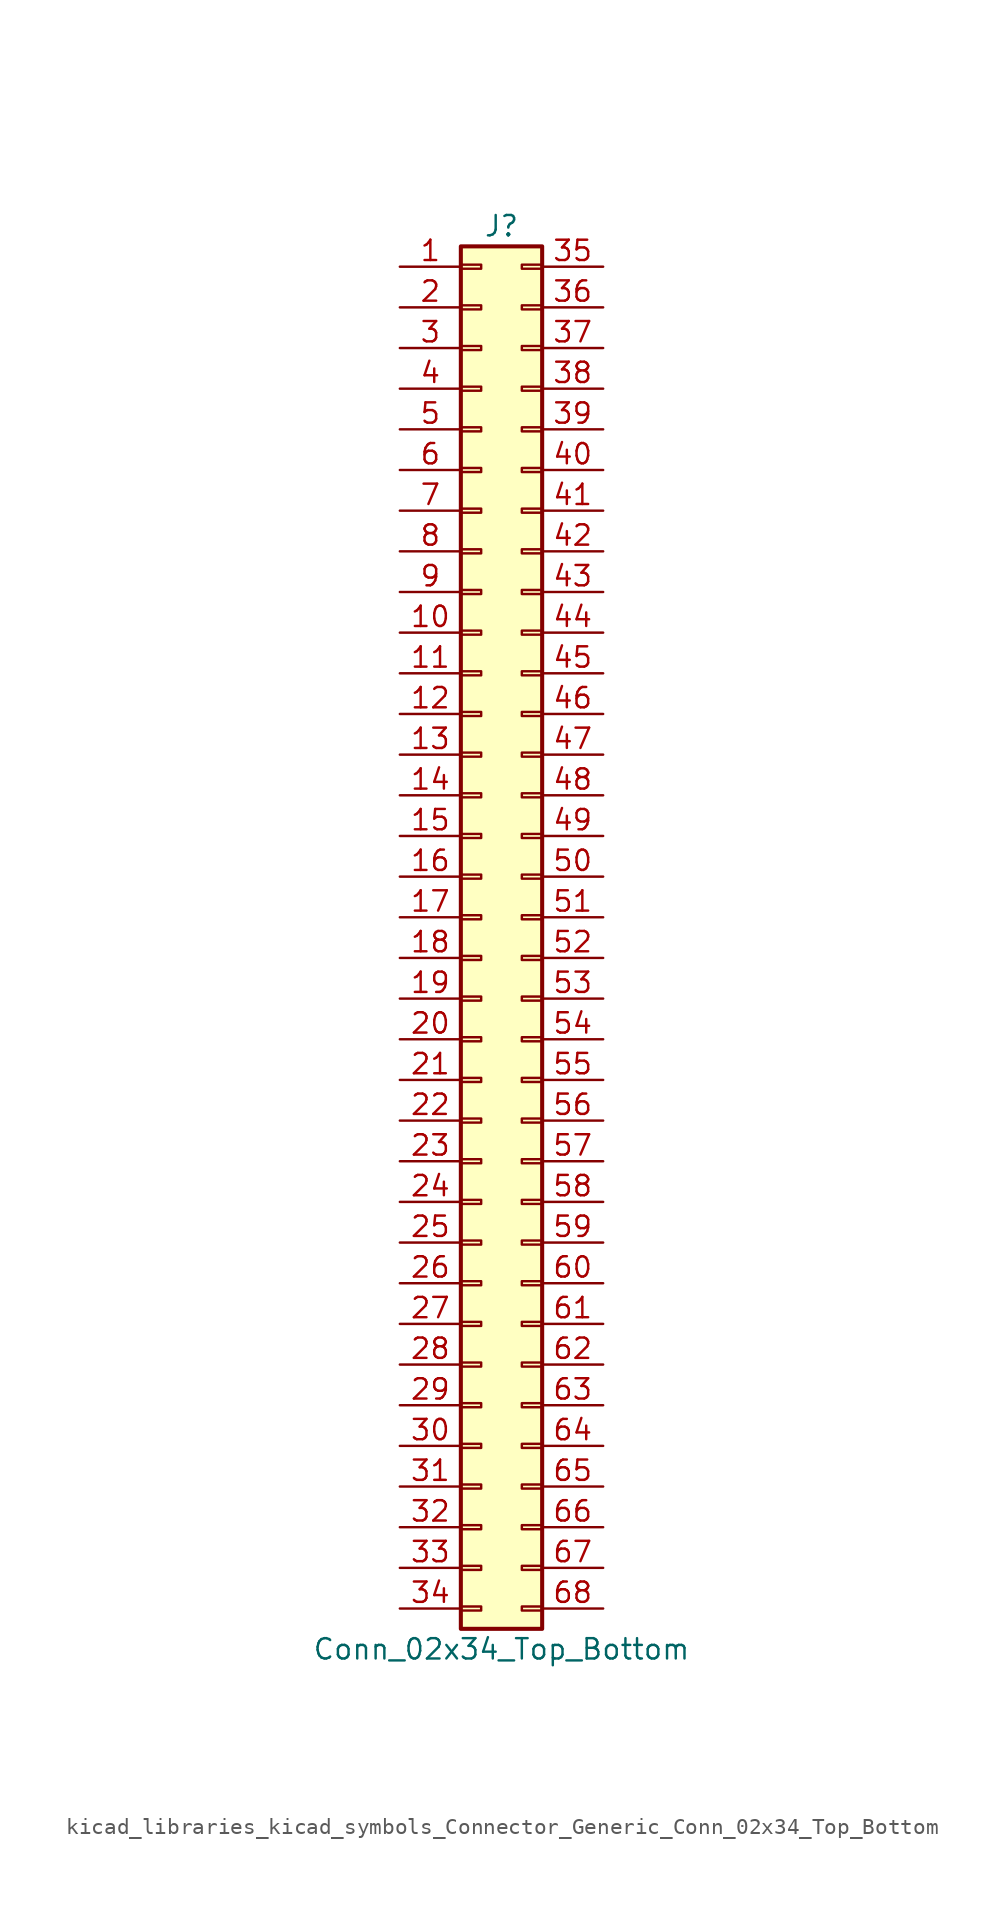
<source format=kicad_sym>
(kicad_symbol_lib
  (version 20220914)
  (generator kicad_symbol_editor)
  (symbol "kicad_libraries_kicad_symbols_Connector_Generic_Conn_02x34_Top_Bottom"
    (pin_names
      (offset 1.016) hide)
    (property "Reference" "J"
      (at 1.27 43.18 0)
      (effects (font (size 1.27 1.27))))
    (property "Value" "Conn_02x34_Top_Bottom"
      (at 1.27 -45.72 0)
      (effects (font (size 1.27 1.27))))
    (symbol "kicad_libraries_kicad_symbols_Connector_Generic_Conn_02x34_Top_Bottom_1_1"
      (rectangle (start -1.27 -43.053) (end 0 -43.307) (stroke (width 0.152) (type default)) (fill (type none)))
      (rectangle (start -1.27 -40.513) (end 0 -40.767) (stroke (width 0.152) (type default)) (fill (type none)))
      (rectangle (start -1.27 -37.973) (end 0 -38.227) (stroke (width 0.152) (type default)) (fill (type none)))
      (rectangle (start -1.27 -35.433) (end 0 -35.687) (stroke (width 0.152) (type default)) (fill (type none)))
      (rectangle (start -1.27 -32.893) (end 0 -33.147) (stroke (width 0.152) (type default)) (fill (type none)))
      (rectangle (start -1.27 -30.353) (end 0 -30.607) (stroke (width 0.152) (type default)) (fill (type none)))
      (rectangle (start -1.27 -27.813) (end 0 -28.067) (stroke (width 0.152) (type default)) (fill (type none)))
      (rectangle (start -1.27 -25.273) (end 0 -25.527) (stroke (width 0.152) (type default)) (fill (type none)))
      (rectangle (start -1.27 -22.733) (end 0 -22.987) (stroke (width 0.152) (type default)) (fill (type none)))
      (rectangle (start -1.27 -20.193) (end 0 -20.447) (stroke (width 0.152) (type default)) (fill (type none)))
      (rectangle (start -1.27 -17.653) (end 0 -17.907) (stroke (width 0.152) (type default)) (fill (type none)))
      (rectangle (start -1.27 -15.113) (end 0 -15.367) (stroke (width 0.152) (type default)) (fill (type none)))
      (rectangle (start -1.27 -12.573) (end 0 -12.827) (stroke (width 0.152) (type default)) (fill (type none)))
      (rectangle (start -1.27 -10.033) (end 0 -10.287) (stroke (width 0.152) (type default)) (fill (type none)))
      (rectangle (start -1.27 -7.493) (end 0 -7.747) (stroke (width 0.152) (type default)) (fill (type none)))
      (rectangle (start -1.27 -4.953) (end 0 -5.207) (stroke (width 0.152) (type default)) (fill (type none)))
      (rectangle (start -1.27 -2.413) (end 0 -2.667) (stroke (width 0.152) (type default)) (fill (type none)))
      (rectangle (start -1.27 0.127) (end 0 -0.127) (stroke (width 0.152) (type default)) (fill (type none)))
      (rectangle (start -1.27 2.667) (end 0 2.413) (stroke (width 0.152) (type default)) (fill (type none)))
      (rectangle (start -1.27 5.207) (end 0 4.953) (stroke (width 0.152) (type default)) (fill (type none)))
      (rectangle (start -1.27 7.747) (end 0 7.493) (stroke (width 0.152) (type default)) (fill (type none)))
      (rectangle (start -1.27 10.287) (end 0 10.033) (stroke (width 0.152) (type default)) (fill (type none)))
      (rectangle (start -1.27 12.827) (end 0 12.573) (stroke (width 0.152) (type default)) (fill (type none)))
      (rectangle (start -1.27 15.367) (end 0 15.113) (stroke (width 0.152) (type default)) (fill (type none)))
      (rectangle (start -1.27 17.907) (end 0 17.653) (stroke (width 0.152) (type default)) (fill (type none)))
      (rectangle (start -1.27 20.447) (end 0 20.193) (stroke (width 0.152) (type default)) (fill (type none)))
      (rectangle (start -1.27 22.987) (end 0 22.733) (stroke (width 0.152) (type default)) (fill (type none)))
      (rectangle (start -1.27 25.527) (end 0 25.273) (stroke (width 0.152) (type default)) (fill (type none)))
      (rectangle (start -1.27 28.067) (end 0 27.813) (stroke (width 0.152) (type default)) (fill (type none)))
      (rectangle (start -1.27 30.607) (end 0 30.353) (stroke (width 0.152) (type default)) (fill (type none)))
      (rectangle (start -1.27 33.147) (end 0 32.893) (stroke (width 0.152) (type default)) (fill (type none)))
      (rectangle (start -1.27 35.687) (end 0 35.433) (stroke (width 0.152) (type default)) (fill (type none)))
      (rectangle (start -1.27 38.227) (end 0 37.973) (stroke (width 0.152) (type default)) (fill (type none)))
      (rectangle (start -1.27 40.767) (end 0 40.513) (stroke (width 0.152) (type default)) (fill (type none)))
      (rectangle (start -1.27 41.91) (end 3.81 -44.45) (stroke (width 0.254) (type default)) (fill (type background)))
      (rectangle (start 3.81 -43.053) (end 2.54 -43.307) (stroke (width 0.152) (type default)) (fill (type none)))
      (rectangle (start 3.81 -40.513) (end 2.54 -40.767) (stroke (width 0.152) (type default)) (fill (type none)))
      (rectangle (start 3.81 -37.973) (end 2.54 -38.227) (stroke (width 0.152) (type default)) (fill (type none)))
      (rectangle (start 3.81 -35.433) (end 2.54 -35.687) (stroke (width 0.152) (type default)) (fill (type none)))
      (rectangle (start 3.81 -32.893) (end 2.54 -33.147) (stroke (width 0.152) (type default)) (fill (type none)))
      (rectangle (start 3.81 -30.353) (end 2.54 -30.607) (stroke (width 0.152) (type default)) (fill (type none)))
      (rectangle (start 3.81 -27.813) (end 2.54 -28.067) (stroke (width 0.152) (type default)) (fill (type none)))
      (rectangle (start 3.81 -25.273) (end 2.54 -25.527) (stroke (width 0.152) (type default)) (fill (type none)))
      (rectangle (start 3.81 -22.733) (end 2.54 -22.987) (stroke (width 0.152) (type default)) (fill (type none)))
      (rectangle (start 3.81 -20.193) (end 2.54 -20.447) (stroke (width 0.152) (type default)) (fill (type none)))
      (rectangle (start 3.81 -17.653) (end 2.54 -17.907) (stroke (width 0.152) (type default)) (fill (type none)))
      (rectangle (start 3.81 -15.113) (end 2.54 -15.367) (stroke (width 0.152) (type default)) (fill (type none)))
      (rectangle (start 3.81 -12.573) (end 2.54 -12.827) (stroke (width 0.152) (type default)) (fill (type none)))
      (rectangle (start 3.81 -10.033) (end 2.54 -10.287) (stroke (width 0.152) (type default)) (fill (type none)))
      (rectangle (start 3.81 -7.493) (end 2.54 -7.747) (stroke (width 0.152) (type default)) (fill (type none)))
      (rectangle (start 3.81 -4.953) (end 2.54 -5.207) (stroke (width 0.152) (type default)) (fill (type none)))
      (rectangle (start 3.81 -2.413) (end 2.54 -2.667) (stroke (width 0.152) (type default)) (fill (type none)))
      (rectangle (start 3.81 0.127) (end 2.54 -0.127) (stroke (width 0.152) (type default)) (fill (type none)))
      (rectangle (start 3.81 2.667) (end 2.54 2.413) (stroke (width 0.152) (type default)) (fill (type none)))
      (rectangle (start 3.81 5.207) (end 2.54 4.953) (stroke (width 0.152) (type default)) (fill (type none)))
      (rectangle (start 3.81 7.747) (end 2.54 7.493) (stroke (width 0.152) (type default)) (fill (type none)))
      (rectangle (start 3.81 10.287) (end 2.54 10.033) (stroke (width 0.152) (type default)) (fill (type none)))
      (rectangle (start 3.81 12.827) (end 2.54 12.573) (stroke (width 0.152) (type default)) (fill (type none)))
      (rectangle (start 3.81 15.367) (end 2.54 15.113) (stroke (width 0.152) (type default)) (fill (type none)))
      (rectangle (start 3.81 17.907) (end 2.54 17.653) (stroke (width 0.152) (type default)) (fill (type none)))
      (rectangle (start 3.81 20.447) (end 2.54 20.193) (stroke (width 0.152) (type default)) (fill (type none)))
      (rectangle (start 3.81 22.987) (end 2.54 22.733) (stroke (width 0.152) (type default)) (fill (type none)))
      (rectangle (start 3.81 25.527) (end 2.54 25.273) (stroke (width 0.152) (type default)) (fill (type none)))
      (rectangle (start 3.81 28.067) (end 2.54 27.813) (stroke (width 0.152) (type default)) (fill (type none)))
      (rectangle (start 3.81 30.607) (end 2.54 30.353) (stroke (width 0.152) (type default)) (fill (type none)))
      (rectangle (start 3.81 33.147) (end 2.54 32.893) (stroke (width 0.152) (type default)) (fill (type none)))
      (rectangle (start 3.81 35.687) (end 2.54 35.433) (stroke (width 0.152) (type default)) (fill (type none)))
      (rectangle (start 3.81 38.227) (end 2.54 37.973) (stroke (width 0.152) (type default)) (fill (type none)))
      (rectangle (start 3.81 40.767) (end 2.54 40.513) (stroke (width 0.152) (type default)) (fill (type none)))
      (pin passive line (at -5.08 40.64 0) (length 3.81) (name "Pin_1" (effects (font (size 1.27 1.27)))) (number "1" (effects (font (size 1.27 1.27)))))
      (pin passive line (at -5.08 17.78 0) (length 3.81) (name "Pin_10" (effects (font (size 1.27 1.27)))) (number "10" (effects (font (size 1.27 1.27)))))
      (pin passive line (at -5.08 15.24 0) (length 3.81) (name "Pin_11" (effects (font (size 1.27 1.27)))) (number "11" (effects (font (size 1.27 1.27)))))
      (pin passive line (at -5.08 12.7 0) (length 3.81) (name "Pin_12" (effects (font (size 1.27 1.27)))) (number "12" (effects (font (size 1.27 1.27)))))
      (pin passive line (at -5.08 10.16 0) (length 3.81) (name "Pin_13" (effects (font (size 1.27 1.27)))) (number "13" (effects (font (size 1.27 1.27)))))
      (pin passive line (at -5.08 7.62 0) (length 3.81) (name "Pin_14" (effects (font (size 1.27 1.27)))) (number "14" (effects (font (size 1.27 1.27)))))
      (pin passive line (at -5.08 5.08 0) (length 3.81) (name "Pin_15" (effects (font (size 1.27 1.27)))) (number "15" (effects (font (size 1.27 1.27)))))
      (pin passive line (at -5.08 2.54 0) (length 3.81) (name "Pin_16" (effects (font (size 1.27 1.27)))) (number "16" (effects (font (size 1.27 1.27)))))
      (pin passive line (at -5.08 0 0) (length 3.81) (name "Pin_17" (effects (font (size 1.27 1.27)))) (number "17" (effects (font (size 1.27 1.27)))))
      (pin passive line (at -5.08 -2.54 0) (length 3.81) (name "Pin_18" (effects (font (size 1.27 1.27)))) (number "18" (effects (font (size 1.27 1.27)))))
      (pin passive line (at -5.08 -5.08 0) (length 3.81) (name "Pin_19" (effects (font (size 1.27 1.27)))) (number "19" (effects (font (size 1.27 1.27)))))
      (pin passive line (at -5.08 38.1 0) (length 3.81) (name "Pin_2" (effects (font (size 1.27 1.27)))) (number "2" (effects (font (size 1.27 1.27)))))
      (pin passive line (at -5.08 -7.62 0) (length 3.81) (name "Pin_20" (effects (font (size 1.27 1.27)))) (number "20" (effects (font (size 1.27 1.27)))))
      (pin passive line (at -5.08 -10.16 0) (length 3.81) (name "Pin_21" (effects (font (size 1.27 1.27)))) (number "21" (effects (font (size 1.27 1.27)))))
      (pin passive line (at -5.08 -12.7 0) (length 3.81) (name "Pin_22" (effects (font (size 1.27 1.27)))) (number "22" (effects (font (size 1.27 1.27)))))
      (pin passive line (at -5.08 -15.24 0) (length 3.81) (name "Pin_23" (effects (font (size 1.27 1.27)))) (number "23" (effects (font (size 1.27 1.27)))))
      (pin passive line (at -5.08 -17.78 0) (length 3.81) (name "Pin_24" (effects (font (size 1.27 1.27)))) (number "24" (effects (font (size 1.27 1.27)))))
      (pin passive line (at -5.08 -20.32 0) (length 3.81) (name "Pin_25" (effects (font (size 1.27 1.27)))) (number "25" (effects (font (size 1.27 1.27)))))
      (pin passive line (at -5.08 -22.86 0) (length 3.81) (name "Pin_26" (effects (font (size 1.27 1.27)))) (number "26" (effects (font (size 1.27 1.27)))))
      (pin passive line (at -5.08 -25.4 0) (length 3.81) (name "Pin_27" (effects (font (size 1.27 1.27)))) (number "27" (effects (font (size 1.27 1.27)))))
      (pin passive line (at -5.08 -27.94 0) (length 3.81) (name "Pin_28" (effects (font (size 1.27 1.27)))) (number "28" (effects (font (size 1.27 1.27)))))
      (pin passive line (at -5.08 -30.48 0) (length 3.81) (name "Pin_29" (effects (font (size 1.27 1.27)))) (number "29" (effects (font (size 1.27 1.27)))))
      (pin passive line (at -5.08 35.56 0) (length 3.81) (name "Pin_3" (effects (font (size 1.27 1.27)))) (number "3" (effects (font (size 1.27 1.27)))))
      (pin passive line (at -5.08 -33.02 0) (length 3.81) (name "Pin_30" (effects (font (size 1.27 1.27)))) (number "30" (effects (font (size 1.27 1.27)))))
      (pin passive line (at -5.08 -35.56 0) (length 3.81) (name "Pin_31" (effects (font (size 1.27 1.27)))) (number "31" (effects (font (size 1.27 1.27)))))
      (pin passive line (at -5.08 -38.1 0) (length 3.81) (name "Pin_32" (effects (font (size 1.27 1.27)))) (number "32" (effects (font (size 1.27 1.27)))))
      (pin passive line (at -5.08 -40.64 0) (length 3.81) (name "Pin_33" (effects (font (size 1.27 1.27)))) (number "33" (effects (font (size 1.27 1.27)))))
      (pin passive line (at -5.08 -43.18 0) (length 3.81) (name "Pin_34" (effects (font (size 1.27 1.27)))) (number "34" (effects (font (size 1.27 1.27)))))
      (pin passive line (at 7.62 40.64 180) (length 3.81) (name "Pin_35" (effects (font (size 1.27 1.27)))) (number "35" (effects (font (size 1.27 1.27)))))
      (pin passive line (at 7.62 38.1 180) (length 3.81) (name "Pin_36" (effects (font (size 1.27 1.27)))) (number "36" (effects (font (size 1.27 1.27)))))
      (pin passive line (at 7.62 35.56 180) (length 3.81) (name "Pin_37" (effects (font (size 1.27 1.27)))) (number "37" (effects (font (size 1.27 1.27)))))
      (pin passive line (at 7.62 33.02 180) (length 3.81) (name "Pin_38" (effects (font (size 1.27 1.27)))) (number "38" (effects (font (size 1.27 1.27)))))
      (pin passive line (at 7.62 30.48 180) (length 3.81) (name "Pin_39" (effects (font (size 1.27 1.27)))) (number "39" (effects (font (size 1.27 1.27)))))
      (pin passive line (at -5.08 33.02 0) (length 3.81) (name "Pin_4" (effects (font (size 1.27 1.27)))) (number "4" (effects (font (size 1.27 1.27)))))
      (pin passive line (at 7.62 27.94 180) (length 3.81) (name "Pin_40" (effects (font (size 1.27 1.27)))) (number "40" (effects (font (size 1.27 1.27)))))
      (pin passive line (at 7.62 25.4 180) (length 3.81) (name "Pin_41" (effects (font (size 1.27 1.27)))) (number "41" (effects (font (size 1.27 1.27)))))
      (pin passive line (at 7.62 22.86 180) (length 3.81) (name "Pin_42" (effects (font (size 1.27 1.27)))) (number "42" (effects (font (size 1.27 1.27)))))
      (pin passive line (at 7.62 20.32 180) (length 3.81) (name "Pin_43" (effects (font (size 1.27 1.27)))) (number "43" (effects (font (size 1.27 1.27)))))
      (pin passive line (at 7.62 17.78 180) (length 3.81) (name "Pin_44" (effects (font (size 1.27 1.27)))) (number "44" (effects (font (size 1.27 1.27)))))
      (pin passive line (at 7.62 15.24 180) (length 3.81) (name "Pin_45" (effects (font (size 1.27 1.27)))) (number "45" (effects (font (size 1.27 1.27)))))
      (pin passive line (at 7.62 12.7 180) (length 3.81) (name "Pin_46" (effects (font (size 1.27 1.27)))) (number "46" (effects (font (size 1.27 1.27)))))
      (pin passive line (at 7.62 10.16 180) (length 3.81) (name "Pin_47" (effects (font (size 1.27 1.27)))) (number "47" (effects (font (size 1.27 1.27)))))
      (pin passive line (at 7.62 7.62 180) (length 3.81) (name "Pin_48" (effects (font (size 1.27 1.27)))) (number "48" (effects (font (size 1.27 1.27)))))
      (pin passive line (at 7.62 5.08 180) (length 3.81) (name "Pin_49" (effects (font (size 1.27 1.27)))) (number "49" (effects (font (size 1.27 1.27)))))
      (pin passive line (at -5.08 30.48 0) (length 3.81) (name "Pin_5" (effects (font (size 1.27 1.27)))) (number "5" (effects (font (size 1.27 1.27)))))
      (pin passive line (at 7.62 2.54 180) (length 3.81) (name "Pin_50" (effects (font (size 1.27 1.27)))) (number "50" (effects (font (size 1.27 1.27)))))
      (pin passive line (at 7.62 0 180) (length 3.81) (name "Pin_51" (effects (font (size 1.27 1.27)))) (number "51" (effects (font (size 1.27 1.27)))))
      (pin passive line (at 7.62 -2.54 180) (length 3.81) (name "Pin_52" (effects (font (size 1.27 1.27)))) (number "52" (effects (font (size 1.27 1.27)))))
      (pin passive line (at 7.62 -5.08 180) (length 3.81) (name "Pin_53" (effects (font (size 1.27 1.27)))) (number "53" (effects (font (size 1.27 1.27)))))
      (pin passive line (at 7.62 -7.62 180) (length 3.81) (name "Pin_54" (effects (font (size 1.27 1.27)))) (number "54" (effects (font (size 1.27 1.27)))))
      (pin passive line (at 7.62 -10.16 180) (length 3.81) (name "Pin_55" (effects (font (size 1.27 1.27)))) (number "55" (effects (font (size 1.27 1.27)))))
      (pin passive line (at 7.62 -12.7 180) (length 3.81) (name "Pin_56" (effects (font (size 1.27 1.27)))) (number "56" (effects (font (size 1.27 1.27)))))
      (pin passive line (at 7.62 -15.24 180) (length 3.81) (name "Pin_57" (effects (font (size 1.27 1.27)))) (number "57" (effects (font (size 1.27 1.27)))))
      (pin passive line (at 7.62 -17.78 180) (length 3.81) (name "Pin_58" (effects (font (size 1.27 1.27)))) (number "58" (effects (font (size 1.27 1.27)))))
      (pin passive line (at 7.62 -20.32 180) (length 3.81) (name "Pin_59" (effects (font (size 1.27 1.27)))) (number "59" (effects (font (size 1.27 1.27)))))
      (pin passive line (at -5.08 27.94 0) (length 3.81) (name "Pin_6" (effects (font (size 1.27 1.27)))) (number "6" (effects (font (size 1.27 1.27)))))
      (pin passive line (at 7.62 -22.86 180) (length 3.81) (name "Pin_60" (effects (font (size 1.27 1.27)))) (number "60" (effects (font (size 1.27 1.27)))))
      (pin passive line (at 7.62 -25.4 180) (length 3.81) (name "Pin_61" (effects (font (size 1.27 1.27)))) (number "61" (effects (font (size 1.27 1.27)))))
      (pin passive line (at 7.62 -27.94 180) (length 3.81) (name "Pin_62" (effects (font (size 1.27 1.27)))) (number "62" (effects (font (size 1.27 1.27)))))
      (pin passive line (at 7.62 -30.48 180) (length 3.81) (name "Pin_63" (effects (font (size 1.27 1.27)))) (number "63" (effects (font (size 1.27 1.27)))))
      (pin passive line (at 7.62 -33.02 180) (length 3.81) (name "Pin_64" (effects (font (size 1.27 1.27)))) (number "64" (effects (font (size 1.27 1.27)))))
      (pin passive line (at 7.62 -35.56 180) (length 3.81) (name "Pin_65" (effects (font (size 1.27 1.27)))) (number "65" (effects (font (size 1.27 1.27)))))
      (pin passive line (at 7.62 -38.1 180) (length 3.81) (name "Pin_66" (effects (font (size 1.27 1.27)))) (number "66" (effects (font (size 1.27 1.27)))))
      (pin passive line (at 7.62 -40.64 180) (length 3.81) (name "Pin_67" (effects (font (size 1.27 1.27)))) (number "67" (effects (font (size 1.27 1.27)))))
      (pin passive line (at 7.62 -43.18 180) (length 3.81) (name "Pin_68" (effects (font (size 1.27 1.27)))) (number "68" (effects (font (size 1.27 1.27)))))
      (pin passive line (at -5.08 25.4 0) (length 3.81) (name "Pin_7" (effects (font (size 1.27 1.27)))) (number "7" (effects (font (size 1.27 1.27)))))
      (pin passive line (at -5.08 22.86 0) (length 3.81) (name "Pin_8" (effects (font (size 1.27 1.27)))) (number "8" (effects (font (size 1.27 1.27)))))
      (pin passive line (at -5.08 20.32 0) (length 3.81) (name "Pin_9" (effects (font (size 1.27 1.27)))) (number "9" (effects (font (size 1.27 1.27))))))))
</source>
